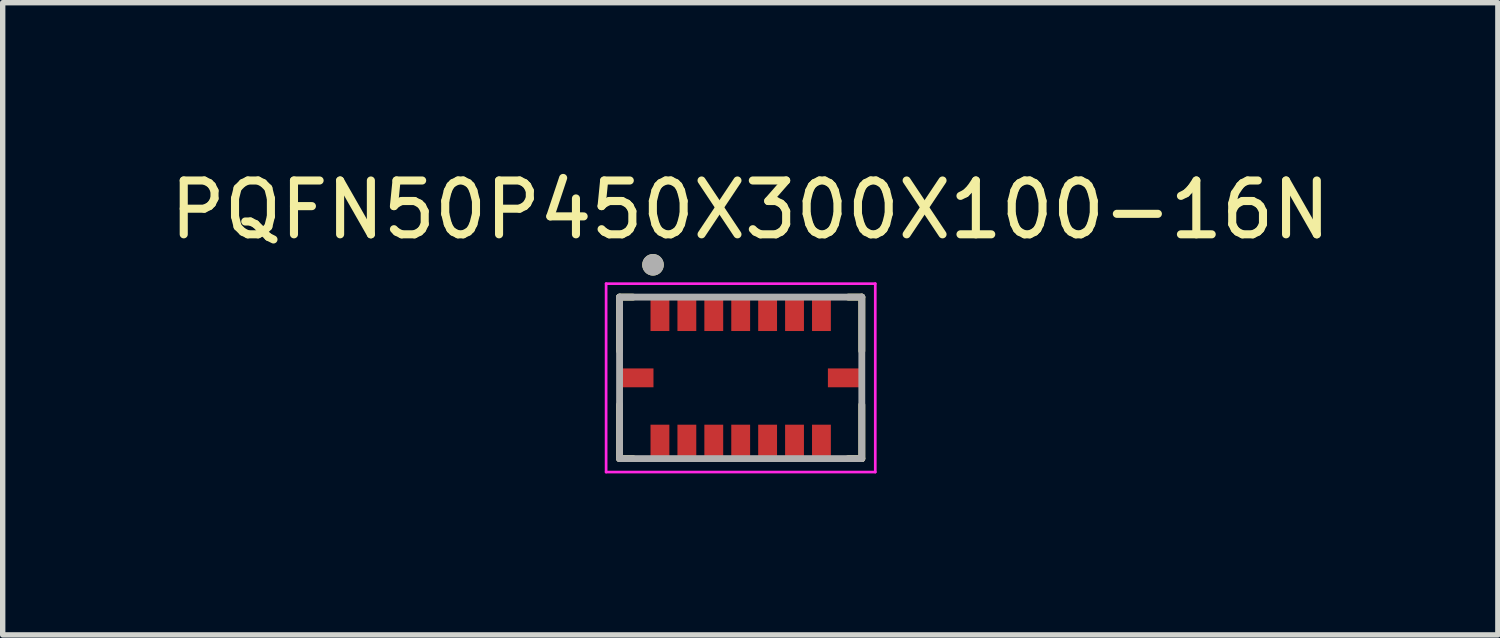
<source format=kicad_pcb>
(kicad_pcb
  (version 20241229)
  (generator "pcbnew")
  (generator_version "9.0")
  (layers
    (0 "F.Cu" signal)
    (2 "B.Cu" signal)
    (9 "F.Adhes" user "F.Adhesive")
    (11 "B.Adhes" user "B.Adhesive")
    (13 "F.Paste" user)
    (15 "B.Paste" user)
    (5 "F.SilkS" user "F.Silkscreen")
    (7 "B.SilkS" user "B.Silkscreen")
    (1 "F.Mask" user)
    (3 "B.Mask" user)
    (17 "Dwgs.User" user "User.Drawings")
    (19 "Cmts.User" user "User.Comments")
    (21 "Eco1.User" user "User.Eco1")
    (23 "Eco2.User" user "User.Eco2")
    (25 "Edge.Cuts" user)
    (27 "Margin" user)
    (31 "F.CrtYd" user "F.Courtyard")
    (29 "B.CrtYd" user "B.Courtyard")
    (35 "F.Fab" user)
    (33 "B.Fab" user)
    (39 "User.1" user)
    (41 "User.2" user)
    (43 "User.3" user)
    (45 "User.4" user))
  (footprint "PQFN50P450X300X100-16N"
    (layer "F.Cu")
    (at 10.709 3.969)
    (property "Reference" "PQFN50P450X300X100-16N" (at 0.178 -3.121 0) (layer "F.SilkS") (effects (font (size 1 1) (thickness 0.15))))
    (attr smd)
    (fp_line (start -2.25 -1.5) (end -2 -1.5) (stroke (width 0.127) (type solid)) (layer "F.SilkS"))
    (fp_line (start -2.25 -0.5) (end -2.25 -1.5) (stroke (width 0.127) (type solid)) (layer "F.SilkS"))
    (fp_line (start -2.25 1.5) (end -2.25 0.5) (stroke (width 0.127) (type solid)) (layer "F.SilkS"))
    (fp_line (start -2 1.5) (end -2.25 1.5) (stroke (width 0.127) (type solid)) (layer "F.SilkS"))
    (fp_line (start 2.25 -1.5) (end 2 -1.5) (stroke (width 0.127) (type solid)) (layer "F.SilkS"))
    (fp_line (start 2.25 -0.5) (end 2.25 -1.5) (stroke (width 0.127) (type solid)) (layer "F.SilkS"))
    (fp_line (start 2.25 0.5) (end 2.25 1.5) (stroke (width 0.127) (type solid)) (layer "F.SilkS"))
    (fp_line (start 2.25 1.5) (end 2 1.5) (stroke (width 0.127) (type solid)) (layer "F.SilkS"))
    (fp_circle (center -1.629 -2.1) (end -1.529 -2.1) (stroke (width 0.2) (type solid)) (fill no) (layer "F.SilkS"))
    (fp_line (start -2.5 -1.75) (end 2.5 -1.75) (stroke (width 0.05) (type solid)) (layer "F.CrtYd"))
    (fp_line (start -2.5 1.75) (end -2.5 -1.75) (stroke (width 0.05) (type solid)) (layer "F.CrtYd"))
    (fp_line (start 2.5 -1.75) (end 2.5 1.75) (stroke (width 0.05) (type solid)) (layer "F.CrtYd"))
    (fp_line (start 2.5 1.75) (end -2.5 1.75) (stroke (width 0.05) (type solid)) (layer "F.CrtYd"))
    (fp_line (start -2.25 -1.5) (end 2.25 -1.5) (stroke (width 0.127) (type solid)) (layer "F.Fab"))
    (fp_line (start -2.25 1.5) (end -2.25 -1.5) (stroke (width 0.127) (type solid)) (layer "F.Fab"))
    (fp_line (start 2.25 -1.5) (end 2.25 1.5) (stroke (width 0.127) (type solid)) (layer "F.Fab"))
    (fp_line (start 2.25 1.5) (end -2.25 1.5) (stroke (width 0.127) (type solid)) (layer "F.Fab"))
    (fp_circle (center -1.629 -2.1) (end -1.529 -2.1) (stroke (width 0.2) (type solid)) (fill no) (layer "F.Fab"))
    (pad "1" smd rect (at -1.5 -1.165 270) (size 0.59 0.35) (layers "F.Cu" "F.Mask" "F.Paste"))
    (pad "2" smd rect (at -1 -1.165 270) (size 0.59 0.35) (layers "F.Cu" "F.Mask" "F.Paste"))
    (pad "3" smd rect (at -0.5 -1.165 270) (size 0.59 0.35) (layers "F.Cu" "F.Mask" "F.Paste"))
    (pad "4" smd rect (at 0 -1.165 270) (size 0.59 0.35) (layers "F.Cu" "F.Mask" "F.Paste"))
    (pad "5" smd rect (at 0.5 -1.165 270) (size 0.59 0.35) (layers "F.Cu" "F.Mask" "F.Paste"))
    (pad "6" smd rect (at 1 -1.165 270) (size 0.59 0.35) (layers "F.Cu" "F.Mask" "F.Paste"))
    (pad "7" smd rect (at 1.5 -1.165 270) (size 0.59 0.35) (layers "F.Cu" "F.Mask" "F.Paste"))
    (pad "8" smd rect (at 1.915 0 180) (size 0.59 0.35) (layers "F.Cu" "F.Mask" "F.Paste"))
    (pad "9" smd rect (at 1.5 1.165 90) (size 0.59 0.35) (layers "F.Cu" "F.Mask" "F.Paste"))
    (pad "10" smd rect (at 1 1.165 90) (size 0.59 0.35) (layers "F.Cu" "F.Mask" "F.Paste"))
    (pad "11" smd rect (at 0.5 1.165 90) (size 0.59 0.35) (layers "F.Cu" "F.Mask" "F.Paste"))
    (pad "12" smd rect (at 0 1.165 90) (size 0.59 0.35) (layers "F.Cu" "F.Mask" "F.Paste"))
    (pad "13" smd rect (at -0.5 1.165 90) (size 0.59 0.35) (layers "F.Cu" "F.Mask" "F.Paste"))
    (pad "14" smd rect (at -1 1.165 90) (size 0.59 0.35) (layers "F.Cu" "F.Mask" "F.Paste"))
    (pad "15" smd rect (at -1.5 1.165 90) (size 0.59 0.35) (layers "F.Cu" "F.Mask" "F.Paste"))
    (pad "16" smd rect (at -1.915 0) (size 0.59 0.35) (layers "F.Cu" "F.Mask" "F.Paste")))
  (gr_rect
    (start -3 -3)
    (end 24.774 8.744)
    (stroke (width 0.1) (type default))
    (fill no)
    (layer "Edge.Cuts")))
</source>
